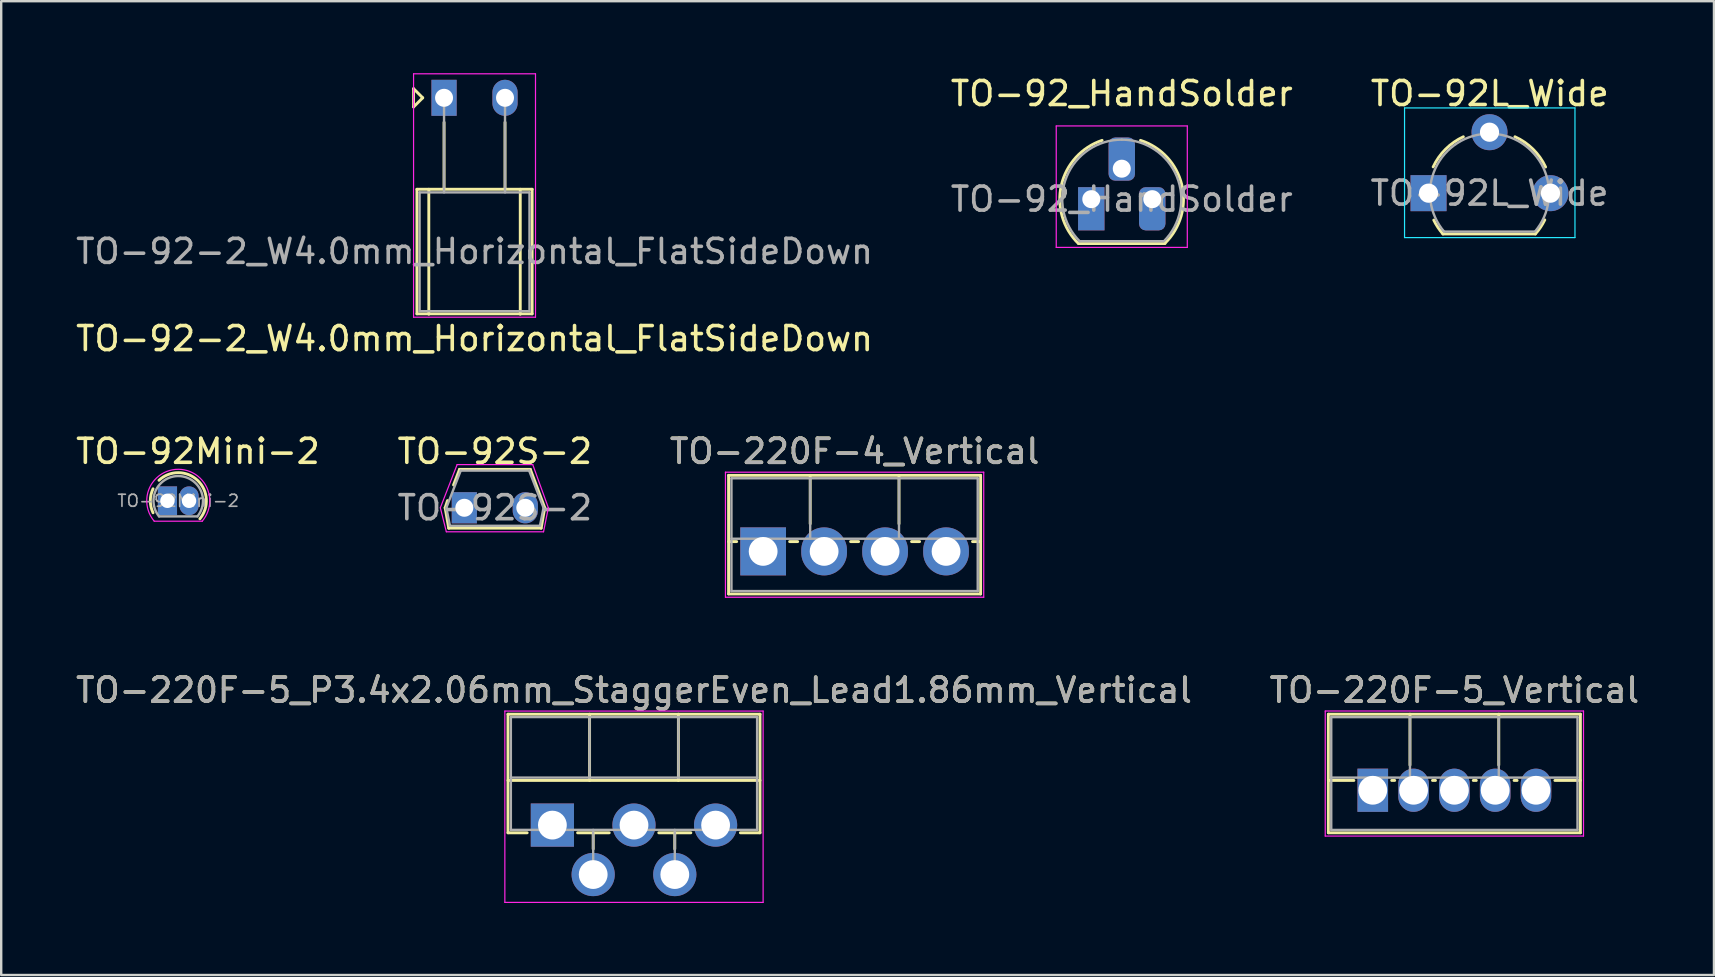
<source format=kicad_pcb>
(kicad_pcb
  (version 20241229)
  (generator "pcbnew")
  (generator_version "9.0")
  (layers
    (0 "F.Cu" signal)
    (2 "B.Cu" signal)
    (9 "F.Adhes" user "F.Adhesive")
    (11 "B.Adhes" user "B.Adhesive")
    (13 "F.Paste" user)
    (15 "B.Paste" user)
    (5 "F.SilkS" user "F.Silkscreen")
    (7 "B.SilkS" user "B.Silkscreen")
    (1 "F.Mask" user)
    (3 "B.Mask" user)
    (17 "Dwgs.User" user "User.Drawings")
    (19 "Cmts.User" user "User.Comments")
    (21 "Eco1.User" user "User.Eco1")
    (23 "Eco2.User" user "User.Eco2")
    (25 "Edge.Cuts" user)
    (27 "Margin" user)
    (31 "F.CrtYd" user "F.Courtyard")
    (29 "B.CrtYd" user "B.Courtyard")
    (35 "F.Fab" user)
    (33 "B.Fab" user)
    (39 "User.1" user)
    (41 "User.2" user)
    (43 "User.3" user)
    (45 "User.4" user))
  (footprint "TO-220F-4_Vertical"
    (layer "F.Cu")
    (at 28.744 19.922)
    (property "Reference" "TO-220F-4_Vertical" (at 3.81 -4.168 0) (layer "F.SilkS") (effects (font (size 1 1) (thickness 0.15))))
    (attr through_hole)
    (fp_line (start -1.44 -3.168) (end -1.44 1.773) (stroke (width 0.12) (type solid)) (layer "F.SilkS"))
    (fp_line (start -1.44 -3.168) (end 9.06 -3.168) (stroke (width 0.12) (type solid)) (layer "F.SilkS"))
    (fp_line (start -1.44 -0.408) (end -1.103 -0.408) (stroke (width 0.12) (type solid)) (layer "F.SilkS"))
    (fp_line (start -1.44 1.773) (end 9.06 1.773) (stroke (width 0.12) (type solid)) (layer "F.SilkS"))
    (fp_line (start 1.103 -0.408) (end 1.438 -0.408) (stroke (width 0.12) (type solid)) (layer "F.SilkS"))
    (fp_line (start 1.96 -3.168) (end 1.96 -1.15) (stroke (width 0.12) (type solid)) (layer "F.SilkS"))
    (fp_line (start 3.643 -0.408) (end 3.978 -0.408) (stroke (width 0.12) (type solid)) (layer "F.SilkS"))
    (fp_line (start 5.66 -3.168) (end 5.66 -1.15) (stroke (width 0.12) (type solid)) (layer "F.SilkS"))
    (fp_line (start 6.183 -0.408) (end 6.518 -0.408) (stroke (width 0.12) (type solid)) (layer "F.SilkS"))
    (fp_line (start 8.723 -0.408) (end 9.06 -0.408) (stroke (width 0.12) (type solid)) (layer "F.SilkS"))
    (fp_line (start 9.06 -3.168) (end 9.06 1.773) (stroke (width 0.12) (type solid)) (layer "F.SilkS"))
    (fp_line (start -1.57 -3.3) (end -1.57 1.91) (stroke (width 0.05) (type solid)) (layer "F.CrtYd"))
    (fp_line (start -1.57 1.91) (end 9.19 1.91) (stroke (width 0.05) (type solid)) (layer "F.CrtYd"))
    (fp_line (start 9.19 -3.3) (end -1.57 -3.3) (stroke (width 0.05) (type solid)) (layer "F.CrtYd"))
    (fp_line (start 9.19 1.91) (end 9.19 -3.3) (stroke (width 0.05) (type solid)) (layer "F.CrtYd"))
    (fp_line (start -1.32 -3.047) (end -1.32 1.653) (stroke (width 0.1) (type solid)) (layer "F.Fab"))
    (fp_line (start -1.32 -0.527) (end 8.94 -0.527) (stroke (width 0.1) (type solid)) (layer "F.Fab"))
    (fp_line (start -1.32 1.653) (end 8.94 1.653) (stroke (width 0.1) (type solid)) (layer "F.Fab"))
    (fp_line (start 1.96 -3.047) (end 1.96 -0.527) (stroke (width 0.1) (type solid)) (layer "F.Fab"))
    (fp_line (start 5.66 -3.047) (end 5.66 -0.527) (stroke (width 0.1) (type solid)) (layer "F.Fab"))
    (fp_line (start 8.94 -3.047) (end -1.32 -3.047) (stroke (width 0.1) (type solid)) (layer "F.Fab"))
    (fp_line (start 8.94 1.653) (end 8.94 -3.047) (stroke (width 0.1) (type solid)) (layer "F.Fab"))
    (fp_text user "${REFERENCE}" (at 3.81 -4.168 0) (layer "F.Fab") (effects (font (size 1 1) (thickness 0.15))))
    (pad "1" thru_hole rect (at 0 0) (size 1.905 2) (drill 1.2) (layers "*.Cu" "*.Mask"))
    (pad "2" thru_hole oval (at 2.54 0) (size 1.905 2) (drill 1.2) (layers "*.Cu" "*.Mask"))
    (pad "3" thru_hole oval (at 5.08 0) (size 1.905 2) (drill 1.2) (layers "*.Cu" "*.Mask"))
    (pad "4" thru_hole oval (at 7.62 0) (size 1.905 2) (drill 1.2) (layers "*.Cu" "*.Mask")))
  (footprint "TO-92Mini-2"
    (layer "F.Cu")
    (at 3.926 17.814)
    (property "Reference" "TO-92Mini-2" (at 1.27 -2.06 0) (layer "F.SilkS") (effects (font (size 1 1) (thickness 0.15))))
    (attr through_hole)
    (fp_arc (start -0.599971 0.500061) (mid -0.71297 0.000034) (end -0.6 -0.5) (stroke (width 0.12) (type solid)) (layer "F.SilkS"))
    (fp_arc (start -0.352932 -0.853112) (mid 1.253024 -0.853025) (end 1.35 0.75) (stroke (width 0.12) (type solid)) (layer "F.SilkS"))
    (fp_line (start -0.55 0.85) (end 1.45 0.85) (stroke (width 0.05) (type solid)) (layer "F.CrtYd"))
    (fp_arc (start -0.550431 0.849492) (mid 0.450333 -1.31244) (end 1.45 0.85) (stroke (width 0.05) (type solid)) (layer "F.CrtYd"))
    (fp_line (start -0.35 0.65) (end 1.25 0.65) (stroke (width 0.1) (type solid)) (layer "F.Fab"))
    (fp_arc (start -0.349861 0.650171) (mid 0.44989 -1.030776) (end 1.25 0.65) (stroke (width 0.1) (type solid)) (layer "F.Fab"))
    (fp_text user "${REFERENCE}" (at 0.45 0 0) (layer "F.Fab") (effects (font (size 0.5 0.5) (thickness 0.07))))
    (pad "1" thru_hole rect (at 0 0) (size 0.8 1.2) (drill 0.6) (layers "*.Cu" "*.Mask"))
    (pad "2" thru_hole oval (at 0.9 0) (size 0.8 1.2) (drill 0.6) (layers "*.Cu" "*.Mask")))
  (footprint "TO-220F-5_Vertical"
    (layer "F.Cu")
    (at 54.142 29.873)
    (property "Reference" "TO-220F-5_Vertical" (at 3.4 -4.168 0) (layer "F.SilkS") (effects (font (size 1 1) (thickness 0.15))))
    (attr through_hole)
    (fp_line (start -1.85 -3.168) (end -1.85 1.773) (stroke (width 0.12) (type solid)) (layer "F.SilkS"))
    (fp_line (start -1.85 -3.168) (end 8.65 -3.168) (stroke (width 0.12) (type solid)) (layer "F.SilkS"))
    (fp_line (start -1.85 -0.408) (end -0.788 -0.408) (stroke (width 0.12) (type solid)) (layer "F.SilkS"))
    (fp_line (start -1.85 1.773) (end 8.65 1.773) (stroke (width 0.12) (type solid)) (layer "F.SilkS"))
    (fp_line (start 0.788 -0.408) (end 0.913 -0.408) (stroke (width 0.12) (type solid)) (layer "F.SilkS"))
    (fp_line (start 1.55 -3.168) (end 1.55 -1.05) (stroke (width 0.12) (type solid)) (layer "F.SilkS"))
    (fp_line (start 2.488 -0.408) (end 2.613 -0.408) (stroke (width 0.12) (type solid)) (layer "F.SilkS"))
    (fp_line (start 4.188 -0.408) (end 4.313 -0.408) (stroke (width 0.12) (type solid)) (layer "F.SilkS"))
    (fp_line (start 5.25 -3.168) (end 5.25 -1.05) (stroke (width 0.12) (type solid)) (layer "F.SilkS"))
    (fp_line (start 5.888 -0.408) (end 6.013 -0.408) (stroke (width 0.12) (type solid)) (layer "F.SilkS"))
    (fp_line (start 7.588 -0.408) (end 8.65 -0.408) (stroke (width 0.12) (type solid)) (layer "F.SilkS"))
    (fp_line (start 8.65 -3.168) (end 8.65 1.773) (stroke (width 0.12) (type solid)) (layer "F.SilkS"))
    (fp_line (start -1.98 -3.3) (end -1.98 1.91) (stroke (width 0.05) (type solid)) (layer "F.CrtYd"))
    (fp_line (start -1.98 1.91) (end 8.78 1.91) (stroke (width 0.05) (type solid)) (layer "F.CrtYd"))
    (fp_line (start 8.78 -3.3) (end -1.98 -3.3) (stroke (width 0.05) (type solid)) (layer "F.CrtYd"))
    (fp_line (start 8.78 1.91) (end 8.78 -3.3) (stroke (width 0.05) (type solid)) (layer "F.CrtYd"))
    (fp_line (start -1.73 -3.047) (end -1.73 1.653) (stroke (width 0.1) (type solid)) (layer "F.Fab"))
    (fp_line (start -1.73 -0.527) (end 8.53 -0.527) (stroke (width 0.1) (type solid)) (layer "F.Fab"))
    (fp_line (start -1.73 1.653) (end 8.53 1.653) (stroke (width 0.1) (type solid)) (layer "F.Fab"))
    (fp_line (start 1.55 -3.047) (end 1.55 -0.527) (stroke (width 0.1) (type solid)) (layer "F.Fab"))
    (fp_line (start 5.25 -3.047) (end 5.25 -0.527) (stroke (width 0.1) (type solid)) (layer "F.Fab"))
    (fp_line (start 8.53 -3.047) (end -1.73 -3.047) (stroke (width 0.1) (type solid)) (layer "F.Fab"))
    (fp_line (start 8.53 1.653) (end 8.53 -3.047) (stroke (width 0.1) (type solid)) (layer "F.Fab"))
    (fp_text user "${REFERENCE}" (at 3.4 -4.168 0) (layer "F.Fab") (effects (font (size 1 1) (thickness 0.15))))
    (pad "1" thru_hole rect (at 0 0) (size 1.275 1.8) (drill 1.2) (layers "*.Cu" "*.Mask"))
    (pad "2" thru_hole oval (at 1.7 0) (size 1.275 1.8) (drill 1.2) (layers "*.Cu" "*.Mask"))
    (pad "3" thru_hole oval (at 3.4 0) (size 1.275 1.8) (drill 1.2) (layers "*.Cu" "*.Mask"))
    (pad "4" thru_hole oval (at 5.1 0) (size 1.275 1.8) (drill 1.2) (layers "*.Cu" "*.Mask"))
    (pad "5" thru_hole oval (at 6.8 0) (size 1.275 1.8) (drill 1.2) (layers "*.Cu" "*.Mask")))
  (footprint "TO-92S-2"
    (layer "F.Cu")
    (at 16.295 18.105)
    (property "Reference" "TO-92S-2" (at 1.27 -2.35 0) (layer "F.SilkS") (effects (font (size 1 1) (thickness 0.15))))
    (attr through_hole)
    (fp_line (start -0.8 0) (end -0.65 0.85) (stroke (width 0.12) (type solid)) (layer "F.SilkS"))
    (fp_line (start -0.7 -0.3) (end -0.8 0) (stroke (width 0.12) (type solid)) (layer "F.SilkS"))
    (fp_line (start -0.65 0.85) (end 3.2 0.85) (stroke (width 0.12) (type solid)) (layer "F.SilkS"))
    (fp_line (start -0.2 -1.6) (end -0.45 -0.95) (stroke (width 0.12) (type solid)) (layer "F.SilkS"))
    (fp_line (start 2.75 -1.6) (end -0.2 -1.6) (stroke (width 0.12) (type solid)) (layer "F.SilkS"))
    (fp_line (start 3.2 0.85) (end 3.35 0) (stroke (width 0.12) (type solid)) (layer "F.SilkS"))
    (fp_line (start 3.35 0) (end 2.75 -1.6) (stroke (width 0.12) (type solid)) (layer "F.SilkS"))
    (fp_line (start -1 0) (end -0.75 1) (stroke (width 0.05) (type solid)) (layer "F.CrtYd"))
    (fp_line (start -0.75 1) (end 3.3 1) (stroke (width 0.05) (type solid)) (layer "F.CrtYd"))
    (fp_line (start -0.3 -1.8) (end -1 0) (stroke (width 0.05) (type solid)) (layer "F.CrtYd"))
    (fp_line (start 2.85 -1.8) (end -0.3 -1.8) (stroke (width 0.05) (type solid)) (layer "F.CrtYd"))
    (fp_line (start 3.3 1) (end 3.5 0) (stroke (width 0.05) (type solid)) (layer "F.CrtYd"))
    (fp_line (start 3.5 0) (end 2.85 -1.8) (stroke (width 0.05) (type solid)) (layer "F.CrtYd"))
    (fp_line (start -0.75 0) (end -0.15 -1.55) (stroke (width 0.1) (type solid)) (layer "F.Fab"))
    (fp_line (start -0.6 0.75) (end -0.75 0) (stroke (width 0.1) (type solid)) (layer "F.Fab"))
    (fp_line (start -0.6 0.75) (end 3.15 0.75) (stroke (width 0.1) (type solid)) (layer "F.Fab"))
    (fp_line (start -0.15 -1.55) (end 2.7 -1.55) (stroke (width 0.1) (type solid)) (layer "F.Fab"))
    (fp_line (start 3.15 0.75) (end 3.3 0) (stroke (width 0.1) (type solid)) (layer "F.Fab"))
    (fp_line (start 3.3 0) (end 2.7 -1.55) (stroke (width 0.1) (type solid)) (layer "F.Fab"))
    (fp_text user "${REFERENCE}" (at 1.27 0 0) (layer "F.Fab") (effects (font (size 1 1) (thickness 0.15))))
    (pad "1" thru_hole rect (at 0 0) (size 1.05 1.3) (drill 0.75) (layers "*.Cu" "*.Mask"))
    (pad "2" thru_hole oval (at 2.54 0) (size 1.05 1.3) (drill 0.75) (layers "*.Cu" "*.Mask")))
  (footprint "TO-220F-5_P3.4x2.06mm_StaggerEven_Lead1.86mm_Vertical"
    (layer "F.Cu")
    (at 19.963 31.325)
    (property "Reference" "TO-220F-5_P3.4x2.06mm_StaggerEven_Lead1.86mm_Vertical" (at 3.4 -5.62 0) (layer "F.SilkS") (effects (font (size 1 1) (thickness 0.15))))
    (attr through_hole)
    (fp_line (start -1.85 -4.62) (end -1.85 0.321) (stroke (width 0.12) (type solid)) (layer "F.SilkS"))
    (fp_line (start -1.85 -4.62) (end 8.65 -4.62) (stroke (width 0.12) (type solid)) (layer "F.SilkS"))
    (fp_line (start -1.85 -1.861) (end 8.65 -1.861) (stroke (width 0.12) (type solid)) (layer "F.SilkS"))
    (fp_line (start -1.85 0.321) (end -1.05 0.321) (stroke (width 0.12) (type solid)) (layer "F.SilkS"))
    (fp_line (start 1.05 0.321) (end 2.369 0.321) (stroke (width 0.12) (type solid)) (layer "F.SilkS"))
    (fp_line (start 1.55 -4.62) (end 1.55 -1.861) (stroke (width 0.12) (type solid)) (layer "F.SilkS"))
    (fp_line (start 1.7 0.321) (end 1.7 0.995) (stroke (width 0.12) (type solid)) (layer "F.SilkS"))
    (fp_line (start 4.432 0.321) (end 5.769 0.321) (stroke (width 0.12) (type solid)) (layer "F.SilkS"))
    (fp_line (start 5.1 0.321) (end 5.1 0.995) (stroke (width 0.12) (type solid)) (layer "F.SilkS"))
    (fp_line (start 5.25 -4.62) (end 5.25 -1.861) (stroke (width 0.12) (type solid)) (layer "F.SilkS"))
    (fp_line (start 7.832 0.321) (end 8.65 0.321) (stroke (width 0.12) (type solid)) (layer "F.SilkS"))
    (fp_line (start 8.65 -4.62) (end 8.65 0.321) (stroke (width 0.12) (type solid)) (layer "F.SilkS"))
    (fp_line (start -1.98 -4.75) (end -1.98 3.22) (stroke (width 0.05) (type solid)) (layer "F.CrtYd"))
    (fp_line (start -1.98 3.22) (end 8.78 3.22) (stroke (width 0.05) (type solid)) (layer "F.CrtYd"))
    (fp_line (start 8.78 -4.75) (end -1.98 -4.75) (stroke (width 0.05) (type solid)) (layer "F.CrtYd"))
    (fp_line (start 8.78 3.22) (end 8.78 -4.75) (stroke (width 0.05) (type solid)) (layer "F.CrtYd"))
    (fp_line (start -1.73 -4.5) (end -1.73 0.2) (stroke (width 0.1) (type solid)) (layer "F.Fab"))
    (fp_line (start -1.73 -1.98) (end 8.53 -1.98) (stroke (width 0.1) (type solid)) (layer "F.Fab"))
    (fp_line (start -1.73 0.2) (end 8.53 0.2) (stroke (width 0.1) (type solid)) (layer "F.Fab"))
    (fp_line (start 1.55 -4.5) (end 1.55 -1.98) (stroke (width 0.1) (type solid)) (layer "F.Fab"))
    (fp_line (start 1.7 0.2) (end 1.7 2.06) (stroke (width 0.1) (type solid)) (layer "F.Fab"))
    (fp_line (start 5.1 0.2) (end 5.1 2.06) (stroke (width 0.1) (type solid)) (layer "F.Fab"))
    (fp_line (start 5.25 -4.5) (end 5.25 -1.98) (stroke (width 0.1) (type solid)) (layer "F.Fab"))
    (fp_line (start 8.53 -4.5) (end -1.73 -4.5) (stroke (width 0.1) (type solid)) (layer "F.Fab"))
    (fp_line (start 8.53 0.2) (end 8.53 -4.5) (stroke (width 0.1) (type solid)) (layer "F.Fab"))
    (fp_text user "${REFERENCE}" (at 3.4 -5.62 0) (layer "F.Fab") (effects (font (size 1 1) (thickness 0.15))))
    (pad "1" thru_hole rect (at 0 0) (size 1.8 1.8) (drill 1.2) (layers "*.Cu" "*.Mask"))
    (pad "2" thru_hole oval (at 1.7 2.06) (size 1.8 1.8) (drill 1.2) (layers "*.Cu" "*.Mask"))
    (pad "3" thru_hole oval (at 3.4 0) (size 1.8 1.8) (drill 1.2) (layers "*.Cu" "*.Mask"))
    (pad "4" thru_hole oval (at 5.1 2.06) (size 1.8 1.8) (drill 1.2) (layers "*.Cu" "*.Mask"))
    (pad "5" thru_hole oval (at 6.8 0) (size 1.8 1.8) (drill 1.2) (layers "*.Cu" "*.Mask")))
  (footprint "TO-92L_Wide"
    (layer "F.Cu")
    (at 56.466 4.998)
    (property "Reference" "TO-92L_Wide" (at 2.55 -4.15 0) (layer "F.SilkS") (effects (font (size 1 1) (thickness 0.15))))
    (attr through_hole)
    (fp_line (start 0.6 1.7) (end 4.45 1.7) (stroke (width 0.12) (type solid)) (layer "F.SilkS"))
    (fp_arc (start 0.192226 -1.094786) (mid 0.710119 -1.833613) (end 1.45 -2.35) (stroke (width 0.12) (type solid)) (layer "F.SilkS"))
    (fp_arc (start 0.6 1.7) (mid 0.389183 1.423933) (end 0.217369 1.122045) (stroke (width 0.12) (type solid)) (layer "F.SilkS"))
    (fp_arc (start 3.6 -2.35) (mid 4.351408 -1.834367) (end 4.876463 -1.089513) (stroke (width 0.12) (type solid)) (layer "F.SilkS"))
    (fp_arc (start 4.842383 1.112264) (mid 4.666594 1.419753) (end 4.45 1.7) (stroke (width 0.12) (type solid)) (layer "F.SilkS"))
    (fp_line (start -1 -3.55) (end -1 1.85) (stroke (width 0.05) (type solid)) (layer "B.CrtYd"))
    (fp_line (start -1 1.85) (end 6.1 1.85) (stroke (width 0.05) (type solid)) (layer "B.CrtYd"))
    (fp_line (start 6.1 -3.55) (end -1 -3.55) (stroke (width 0.05) (type solid)) (layer "B.CrtYd"))
    (fp_line (start 6.1 1.85) (end 6.1 -3.55) (stroke (width 0.05) (type solid)) (layer "B.CrtYd"))
    (fp_line (start 0.65 1.6) (end 4.4 1.6) (stroke (width 0.1) (type solid)) (layer "F.Fab"))
    (fp_arc (start 0.647182 1.602385) (mid 0.290076 -1.043188) (end 2.54 -2.48) (stroke (width 0.1) (type solid)) (layer "F.Fab"))
    (fp_arc (start 2.54 -2.48) (mid 4.787211 -1.049019) (end 4.441103 1.592547) (stroke (width 0.1) (type solid)) (layer "F.Fab"))
    (fp_text user "${REFERENCE}" (at 2.54 0 0) (layer "F.Fab") (effects (font (size 1 1) (thickness 0.15))))
    (pad "1" thru_hole rect (at 0 0) (size 1.5 1.5) (drill 0.8) (layers "*.Cu" "*.Mask"))
    (pad "2" thru_hole circle (at 2.54 -2.54) (size 1.5 1.5) (drill 0.8) (layers "*.Cu" "*.Mask"))
    (pad "3" thru_hole circle (at 5.08 0) (size 1.5 1.5) (drill 0.8) (layers "*.Cu" "*.Mask")))
  (footprint "TO-92_HandSolder"
    (layer "F.Cu")
    (at 42.415 5.248)
    (property "Reference" "TO-92_HandSolder" (at 1.27 -4.4 0) (layer "F.SilkS") (effects (font (size 1 1) (thickness 0.15))))
    (attr through_hole)
    (fp_line (start -0.53 1.85) (end 3.07 1.85) (stroke (width 0.12) (type solid)) (layer "F.SilkS"))
    (fp_arc (start -0.541875 1.841741) (mid -1.247231 -0.581764) (end 0.45 -2.45) (stroke (width 0.12) (type solid)) (layer "F.SilkS"))
    (fp_arc (start 2.05 -2.45) (mid 3.769931 -0.601036) (end 3.078445 1.827684) (stroke (width 0.12) (type solid)) (layer "F.SilkS"))
    (fp_line (start -1.46 -3.05) (end -1.46 2.01) (stroke (width 0.05) (type solid)) (layer "F.CrtYd"))
    (fp_line (start -1.46 -3.05) (end 4 -3.05) (stroke (width 0.05) (type solid)) (layer "F.CrtYd"))
    (fp_line (start 4 2.01) (end -1.46 2.01) (stroke (width 0.05) (type solid)) (layer "F.CrtYd"))
    (fp_line (start 4 2.01) (end 4 -3.05) (stroke (width 0.05) (type solid)) (layer "F.CrtYd"))
    (fp_line (start -0.5 1.75) (end 3 1.75) (stroke (width 0.1) (type solid)) (layer "F.Fab"))
    (fp_arc (start -0.483625 1.753625) (mid -1.021221 -0.949055) (end 1.27 -2.48) (stroke (width 0.1) (type solid)) (layer "F.Fab"))
    (fp_arc (start 1.27 -2.48) (mid 3.561221 -0.949055) (end 3.023625 1.753625) (stroke (width 0.1) (type solid)) (layer "F.Fab"))
    (fp_text user "${REFERENCE}" (at 1.27 0 0) (layer "F.Fab") (effects (font (size 1 1) (thickness 0.15))))
    (pad "1" thru_hole rect (at 0 0) (size 1.1 1.8) (drill 0.75 (offset 0 0.4)) (layers "*.Cu" "*.Mask"))
    (pad "2" thru_hole roundrect (at 1.27 -1.27) (size 1.1 1.8) (drill 0.75 (offset 0 -0.4)) (layers "*.Cu" "*.Mask") (roundrect_rratio 0.25))
    (pad "3" thru_hole roundrect (at 2.54 0) (size 1.1 1.8) (drill 0.75 (offset 0 0.4)) (layers "*.Cu" "*.Mask") (roundrect_rratio 0.25)))
  (footprint "TO-92-2_W4.0mm_Horizontal_FlatSideDown"
    (layer "F.Cu")
    (at 15.45 1.025)
    (property "Reference" "TO-92-2_W4.0mm_Horizontal_FlatSideDown" (at 1.27 10.033 0) (layer "F.SilkS") (effects (font (size 1 1) (thickness 0.15))))
    (attr through_hole)
    (fp_line (start -1.27 -0.381) (end -1.27 0.381) (stroke (width 0.12) (type solid)) (layer "F.SilkS"))
    (fp_line (start -1.27 0.381) (end -0.889 0) (stroke (width 0.12) (type solid)) (layer "F.SilkS"))
    (fp_line (start -1.13 3.81) (end 3.67 3.81) (stroke (width 0.12) (type solid)) (layer "F.SilkS"))
    (fp_line (start -1.13 9) (end -1.13 3.81) (stroke (width 0.12) (type solid)) (layer "F.SilkS"))
    (fp_line (start -0.889 0) (end -1.27 -0.381) (stroke (width 0.12) (type solid)) (layer "F.SilkS"))
    (fp_line (start -0.635 3.81) (end -0.635 9.017) (stroke (width 0.12) (type solid)) (layer "F.SilkS"))
    (fp_line (start 0 1.02) (end 0 3.81) (stroke (width 0.12) (type solid)) (layer "F.SilkS"))
    (fp_line (start 2.54 1.02) (end 2.54 3.81) (stroke (width 0.12) (type solid)) (layer "F.SilkS"))
    (fp_line (start 3.175 3.81) (end 3.175 9.017) (stroke (width 0.12) (type solid)) (layer "F.SilkS"))
    (fp_line (start 3.67 3.81) (end 3.67 9) (stroke (width 0.12) (type solid)) (layer "F.SilkS"))
    (fp_line (start 3.67 9) (end -1.13 9) (stroke (width 0.12) (type solid)) (layer "F.SilkS"))
    (fp_line (start -1.27 -1) (end -1.27 9.14) (stroke (width 0.05) (type solid)) (layer "F.CrtYd"))
    (fp_line (start -1.27 -1) (end 3.81 -1) (stroke (width 0.05) (type solid)) (layer "F.CrtYd"))
    (fp_line (start 3.81 9.14) (end -1.27 9.14) (stroke (width 0.05) (type solid)) (layer "F.CrtYd"))
    (fp_line (start 3.81 9.14) (end 3.81 -1) (stroke (width 0.05) (type solid)) (layer "F.CrtYd"))
    (fp_line (start -1.02 3.94) (end 3.56 3.94) (stroke (width 0.1) (type solid)) (layer "F.Fab"))
    (fp_line (start -1.02 8.89) (end -1.02 3.94) (stroke (width 0.1) (type solid)) (layer "F.Fab"))
    (fp_line (start 0 3.94) (end 0 0) (stroke (width 0.1) (type solid)) (layer "F.Fab"))
    (fp_line (start 2.54 3.94) (end 2.54 0) (stroke (width 0.1) (type solid)) (layer "F.Fab"))
    (fp_line (start 3.56 3.94) (end 3.56 8.89) (stroke (width 0.1) (type solid)) (layer "F.Fab"))
    (fp_line (start 3.56 8.89) (end -1.02 8.89) (stroke (width 0.1) (type solid)) (layer "F.Fab"))
    (fp_text user "${REFERENCE}" (at 1.27 6.4 0) (layer "F.Fab") (effects (font (size 1 1) (thickness 0.15))))
    (pad "1" thru_hole rect (at 0 0) (size 1.05 1.5) (drill 0.75) (layers "*.Cu" "*.Mask"))
    (pad "3" thru_hole oval (at 2.54 0) (size 1.05 1.5) (drill 0.75) (layers "*.Cu" "*.Mask")))
  (gr_rect
    (start -3 -3)
    (end 68.357 37.57)
    (stroke (width 0.1) (type default))
    (fill no)
    (layer "Edge.Cuts")))
</source>
